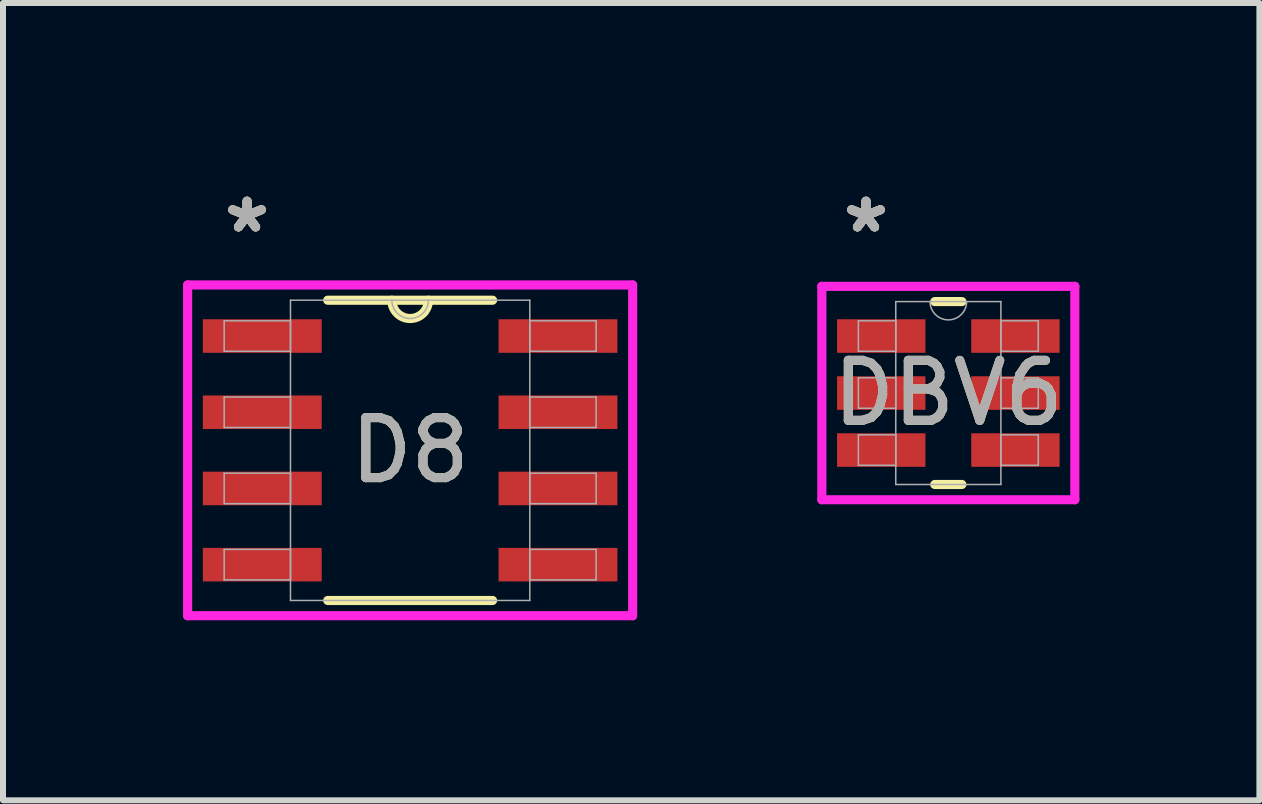
<source format=kicad_pcb>
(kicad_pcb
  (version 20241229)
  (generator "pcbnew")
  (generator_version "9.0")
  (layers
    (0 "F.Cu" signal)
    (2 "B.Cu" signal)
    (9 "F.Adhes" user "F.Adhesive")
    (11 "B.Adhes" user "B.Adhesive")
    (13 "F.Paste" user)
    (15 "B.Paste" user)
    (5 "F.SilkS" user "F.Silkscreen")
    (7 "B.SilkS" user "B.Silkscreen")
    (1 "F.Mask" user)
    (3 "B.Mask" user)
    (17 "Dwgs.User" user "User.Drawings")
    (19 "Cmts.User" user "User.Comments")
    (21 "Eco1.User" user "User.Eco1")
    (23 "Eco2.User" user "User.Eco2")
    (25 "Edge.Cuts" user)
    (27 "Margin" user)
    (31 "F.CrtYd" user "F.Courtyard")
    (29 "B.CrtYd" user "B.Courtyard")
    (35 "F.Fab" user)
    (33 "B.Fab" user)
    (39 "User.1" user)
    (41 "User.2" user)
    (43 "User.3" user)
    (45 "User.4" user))
  (footprint "D8"
    (layer "F.Cu")
    (at 3.785 4.455)
    (property "Reference" "D8" (at 0 0 0) (unlocked yes) (layer "F.SilkS") (effects (font (size 1 1) (thickness 0.15))))
    (attr smd)
    (fp_line (start -1.374 2.502) (end 1.374 2.502) (stroke (width 0.152) (type solid)) (layer "F.SilkS"))
    (fp_line (start 1.374 -2.502) (end -1.374 -2.502) (stroke (width 0.152) (type solid)) (layer "F.SilkS"))
    (fp_arc (start 0.3048 -2.5019) (mid 0 -2.1971) (end -0.3048 -2.5019) (stroke (width 0.1524) (type solid)) (layer "F.SilkS"))
    (fp_line (start -3.708 -2.756) (end 3.708 -2.756) (stroke (width 0.152) (type solid)) (layer "F.CrtYd"))
    (fp_line (start -3.708 2.756) (end -3.708 -2.756) (stroke (width 0.152) (type solid)) (layer "F.CrtYd"))
    (fp_line (start 3.708 -2.756) (end 3.708 2.756) (stroke (width 0.152) (type solid)) (layer "F.CrtYd"))
    (fp_line (start 3.708 2.756) (end -3.708 2.756) (stroke (width 0.152) (type solid)) (layer "F.CrtYd"))
    (fp_line (start -3.099 -2.159) (end -3.099 -1.651) (stroke (width 0.025) (type solid)) (layer "F.Fab"))
    (fp_line (start -3.099 -1.651) (end -1.994 -1.651) (stroke (width 0.025) (type solid)) (layer "F.Fab"))
    (fp_line (start -3.099 -0.889) (end -3.099 -0.381) (stroke (width 0.025) (type solid)) (layer "F.Fab"))
    (fp_line (start -3.099 -0.381) (end -1.994 -0.381) (stroke (width 0.025) (type solid)) (layer "F.Fab"))
    (fp_line (start -3.099 0.381) (end -3.099 0.889) (stroke (width 0.025) (type solid)) (layer "F.Fab"))
    (fp_line (start -3.099 0.889) (end -1.994 0.889) (stroke (width 0.025) (type solid)) (layer "F.Fab"))
    (fp_line (start -3.099 1.651) (end -3.099 2.159) (stroke (width 0.025) (type solid)) (layer "F.Fab"))
    (fp_line (start -3.099 2.159) (end -1.994 2.159) (stroke (width 0.025) (type solid)) (layer "F.Fab"))
    (fp_line (start -1.994 -2.502) (end -1.994 2.502) (stroke (width 0.025) (type solid)) (layer "F.Fab"))
    (fp_line (start -1.994 -2.159) (end -3.099 -2.159) (stroke (width 0.025) (type solid)) (layer "F.Fab"))
    (fp_line (start -1.994 -1.651) (end -1.994 -2.159) (stroke (width 0.025) (type solid)) (layer "F.Fab"))
    (fp_line (start -1.994 -0.889) (end -3.099 -0.889) (stroke (width 0.025) (type solid)) (layer "F.Fab"))
    (fp_line (start -1.994 -0.381) (end -1.994 -0.889) (stroke (width 0.025) (type solid)) (layer "F.Fab"))
    (fp_line (start -1.994 0.381) (end -3.099 0.381) (stroke (width 0.025) (type solid)) (layer "F.Fab"))
    (fp_line (start -1.994 0.889) (end -1.994 0.381) (stroke (width 0.025) (type solid)) (layer "F.Fab"))
    (fp_line (start -1.994 1.651) (end -3.099 1.651) (stroke (width 0.025) (type solid)) (layer "F.Fab"))
    (fp_line (start -1.994 2.159) (end -1.994 1.651) (stroke (width 0.025) (type solid)) (layer "F.Fab"))
    (fp_line (start -1.994 2.502) (end 1.994 2.502) (stroke (width 0.025) (type solid)) (layer "F.Fab"))
    (fp_line (start 1.994 -2.502) (end -1.994 -2.502) (stroke (width 0.025) (type solid)) (layer "F.Fab"))
    (fp_line (start 1.994 -2.159) (end 1.994 -1.651) (stroke (width 0.025) (type solid)) (layer "F.Fab"))
    (fp_line (start 1.994 -1.651) (end 3.099 -1.651) (stroke (width 0.025) (type solid)) (layer "F.Fab"))
    (fp_line (start 1.994 -0.889) (end 1.994 -0.381) (stroke (width 0.025) (type solid)) (layer "F.Fab"))
    (fp_line (start 1.994 -0.381) (end 3.099 -0.381) (stroke (width 0.025) (type solid)) (layer "F.Fab"))
    (fp_line (start 1.994 0.381) (end 1.994 0.889) (stroke (width 0.025) (type solid)) (layer "F.Fab"))
    (fp_line (start 1.994 0.889) (end 3.099 0.889) (stroke (width 0.025) (type solid)) (layer "F.Fab"))
    (fp_line (start 1.994 1.651) (end 1.994 2.159) (stroke (width 0.025) (type solid)) (layer "F.Fab"))
    (fp_line (start 1.994 2.159) (end 3.099 2.159) (stroke (width 0.025) (type solid)) (layer "F.Fab"))
    (fp_line (start 1.994 2.502) (end 1.994 -2.502) (stroke (width 0.025) (type solid)) (layer "F.Fab"))
    (fp_line (start 3.099 -2.159) (end 1.994 -2.159) (stroke (width 0.025) (type solid)) (layer "F.Fab"))
    (fp_line (start 3.099 -1.651) (end 3.099 -2.159) (stroke (width 0.025) (type solid)) (layer "F.Fab"))
    (fp_line (start 3.099 -0.889) (end 1.994 -0.889) (stroke (width 0.025) (type solid)) (layer "F.Fab"))
    (fp_line (start 3.099 -0.381) (end 3.099 -0.889) (stroke (width 0.025) (type solid)) (layer "F.Fab"))
    (fp_line (start 3.099 0.381) (end 1.994 0.381) (stroke (width 0.025) (type solid)) (layer "F.Fab"))
    (fp_line (start 3.099 0.889) (end 3.099 0.381) (stroke (width 0.025) (type solid)) (layer "F.Fab"))
    (fp_line (start 3.099 1.651) (end 1.994 1.651) (stroke (width 0.025) (type solid)) (layer "F.Fab"))
    (fp_line (start 3.099 2.159) (end 3.099 1.651) (stroke (width 0.025) (type solid)) (layer "F.Fab"))
    (fp_arc (start 0.3048 -2.5019) (mid 0 -2.1971) (end -0.3048 -2.5019) (stroke (width 0.0254) (type solid)) (layer "F.Fab"))
    (fp_text user "*" (at -2.718 -3.607 0) (unlocked yes) (layer "F.SilkS") (effects (font (size 1 1) (thickness 0.15))))
    (fp_text user "*" (at -2.718 -3.607 0) (layer "F.SilkS") (effects (font (size 1 1) (thickness 0.15))))
    (fp_text user "*" (at -2.718 -3.607 0) (layer "F.Fab") (effects (font (size 1 1) (thickness 0.15))))
    (fp_text user "*" (at -2.718 -3.607 0) (unlocked yes) (layer "F.Fab") (effects (font (size 1 1) (thickness 0.15))))
    (fp_text user "${REFERENCE}" (at 0 0 0) (unlocked yes) (layer "F.Fab") (effects (font (size 1 1) (thickness 0.15))))
    (pad "1" smd rect (at -2.464 -1.905) (size 1.981 0.559) (layers "F.Cu" "F.Mask" "F.Paste"))
    (pad "2" smd rect (at -2.464 -0.635) (size 1.981 0.559) (layers "F.Cu" "F.Mask" "F.Paste"))
    (pad "3" smd rect (at -2.464 0.635) (size 1.981 0.559) (layers "F.Cu" "F.Mask" "F.Paste"))
    (pad "4" smd rect (at -2.464 1.905) (size 1.981 0.559) (layers "F.Cu" "F.Mask" "F.Paste"))
    (pad "5" smd rect (at 2.464 1.905) (size 1.981 0.559) (layers "F.Cu" "F.Mask" "F.Paste"))
    (pad "6" smd rect (at 2.464 0.635) (size 1.981 0.559) (layers "F.Cu" "F.Mask" "F.Paste"))
    (pad "7" smd rect (at 2.464 -0.635) (size 1.981 0.559) (layers "F.Cu" "F.Mask" "F.Paste"))
    (pad "8" smd rect (at 2.464 -1.905) (size 1.981 0.559) (layers "F.Cu" "F.Mask" "F.Paste")))
  (footprint "DBV6"
    (layer "F.Cu")
    (at 12.754 3.5)
    (property "Reference" "DBV6" (at 0 0 0) (unlocked yes) (layer "F.SilkS") (effects (font (size 1 1) (thickness 0.15))))
    (attr smd)
    (fp_line (start -0.226 1.524) (end 0.226 1.524) (stroke (width 0.152) (type solid)) (layer "F.SilkS"))
    (fp_line (start 0.226 -1.524) (end -0.226 -1.524) (stroke (width 0.152) (type solid)) (layer "F.SilkS"))
    (fp_line (start -2.108 -1.778) (end 2.108 -1.778) (stroke (width 0.152) (type solid)) (layer "F.CrtYd"))
    (fp_line (start -2.108 1.778) (end -2.108 -1.778) (stroke (width 0.152) (type solid)) (layer "F.CrtYd"))
    (fp_line (start 2.108 -1.778) (end 2.108 1.778) (stroke (width 0.152) (type solid)) (layer "F.CrtYd"))
    (fp_line (start 2.108 1.778) (end -2.108 1.778) (stroke (width 0.152) (type solid)) (layer "F.CrtYd"))
    (fp_line (start -1.499 -1.204) (end -1.499 -0.696) (stroke (width 0.025) (type solid)) (layer "F.Fab"))
    (fp_line (start -1.499 -0.696) (end -0.876 -0.696) (stroke (width 0.025) (type solid)) (layer "F.Fab"))
    (fp_line (start -1.499 -0.254) (end -1.499 0.254) (stroke (width 0.025) (type solid)) (layer "F.Fab"))
    (fp_line (start -1.499 0.254) (end -0.876 0.254) (stroke (width 0.025) (type solid)) (layer "F.Fab"))
    (fp_line (start -1.499 0.696) (end -1.499 1.204) (stroke (width 0.025) (type solid)) (layer "F.Fab"))
    (fp_line (start -1.499 1.204) (end -0.876 1.204) (stroke (width 0.025) (type solid)) (layer "F.Fab"))
    (fp_line (start -0.876 -1.524) (end -0.876 1.524) (stroke (width 0.025) (type solid)) (layer "F.Fab"))
    (fp_line (start -0.876 -1.204) (end -1.499 -1.204) (stroke (width 0.025) (type solid)) (layer "F.Fab"))
    (fp_line (start -0.876 -0.696) (end -0.876 -1.204) (stroke (width 0.025) (type solid)) (layer "F.Fab"))
    (fp_line (start -0.876 -0.254) (end -1.499 -0.254) (stroke (width 0.025) (type solid)) (layer "F.Fab"))
    (fp_line (start -0.876 0.254) (end -0.876 -0.254) (stroke (width 0.025) (type solid)) (layer "F.Fab"))
    (fp_line (start -0.876 0.696) (end -1.499 0.696) (stroke (width 0.025) (type solid)) (layer "F.Fab"))
    (fp_line (start -0.876 1.204) (end -0.876 0.696) (stroke (width 0.025) (type solid)) (layer "F.Fab"))
    (fp_line (start -0.876 1.524) (end 0.876 1.524) (stroke (width 0.025) (type solid)) (layer "F.Fab"))
    (fp_line (start 0.876 -1.524) (end -0.876 -1.524) (stroke (width 0.025) (type solid)) (layer "F.Fab"))
    (fp_line (start 0.876 -1.204) (end 0.876 -0.696) (stroke (width 0.025) (type solid)) (layer "F.Fab"))
    (fp_line (start 0.876 -0.696) (end 1.499 -0.696) (stroke (width 0.025) (type solid)) (layer "F.Fab"))
    (fp_line (start 0.876 -0.254) (end 0.876 0.254) (stroke (width 0.025) (type solid)) (layer "F.Fab"))
    (fp_line (start 0.876 0.254) (end 1.499 0.254) (stroke (width 0.025) (type solid)) (layer "F.Fab"))
    (fp_line (start 0.876 0.696) (end 0.876 1.204) (stroke (width 0.025) (type solid)) (layer "F.Fab"))
    (fp_line (start 0.876 1.204) (end 1.499 1.204) (stroke (width 0.025) (type solid)) (layer "F.Fab"))
    (fp_line (start 0.876 1.524) (end 0.876 -1.524) (stroke (width 0.025) (type solid)) (layer "F.Fab"))
    (fp_line (start 1.499 -1.204) (end 0.876 -1.204) (stroke (width 0.025) (type solid)) (layer "F.Fab"))
    (fp_line (start 1.499 -0.696) (end 1.499 -1.204) (stroke (width 0.025) (type solid)) (layer "F.Fab"))
    (fp_line (start 1.499 -0.254) (end 0.876 -0.254) (stroke (width 0.025) (type solid)) (layer "F.Fab"))
    (fp_line (start 1.499 0.254) (end 1.499 -0.254) (stroke (width 0.025) (type solid)) (layer "F.Fab"))
    (fp_line (start 1.499 0.696) (end 0.876 0.696) (stroke (width 0.025) (type solid)) (layer "F.Fab"))
    (fp_line (start 1.499 1.204) (end 1.499 0.696) (stroke (width 0.025) (type solid)) (layer "F.Fab"))
    (fp_arc (start 0.3048 -1.524) (mid 0 -1.2192) (end -0.3048 -1.524) (stroke (width 0.0254) (type solid)) (layer "F.Fab"))
    (fp_text user "*" (at -1.372 -2.652 0) (layer "F.SilkS") (effects (font (size 1 1) (thickness 0.15))))
    (fp_text user "*" (at -1.372 -2.652 0) (unlocked yes) (layer "F.SilkS") (effects (font (size 1 1) (thickness 0.15))))
    (fp_text user "*" (at -1.372 -2.652 0) (unlocked yes) (layer "F.Fab") (effects (font (size 1 1) (thickness 0.15))))
    (fp_text user "${REFERENCE}" (at 0 0 0) (unlocked yes) (layer "F.Fab") (effects (font (size 1 1) (thickness 0.15))))
    (fp_text user "*" (at -1.372 -2.652 0) (layer "F.Fab") (effects (font (size 1 1) (thickness 0.15))))
    (pad "1" smd rect (at -1.118 -0.95) (size 1.473 0.559) (layers "F.Cu" "F.Mask" "F.Paste"))
    (pad "2" smd rect (at -1.118 0) (size 1.473 0.559) (layers "F.Cu" "F.Mask" "F.Paste"))
    (pad "3" smd rect (at -1.118 0.95) (size 1.473 0.559) (layers "F.Cu" "F.Mask" "F.Paste"))
    (pad "4" smd rect (at 1.118 0.95) (size 1.473 0.559) (layers "F.Cu" "F.Mask" "F.Paste"))
    (pad "5" smd rect (at 1.118 0) (size 1.473 0.559) (layers "F.Cu" "F.Mask" "F.Paste"))
    (pad "6" smd rect (at 1.118 -0.95) (size 1.473 0.559) (layers "F.Cu" "F.Mask" "F.Paste")))
  (gr_rect
    (start -3 -3)
    (end 17.938 10.287)
    (stroke (width 0.1) (type default))
    (fill no)
    (layer "Edge.Cuts")))
</source>
